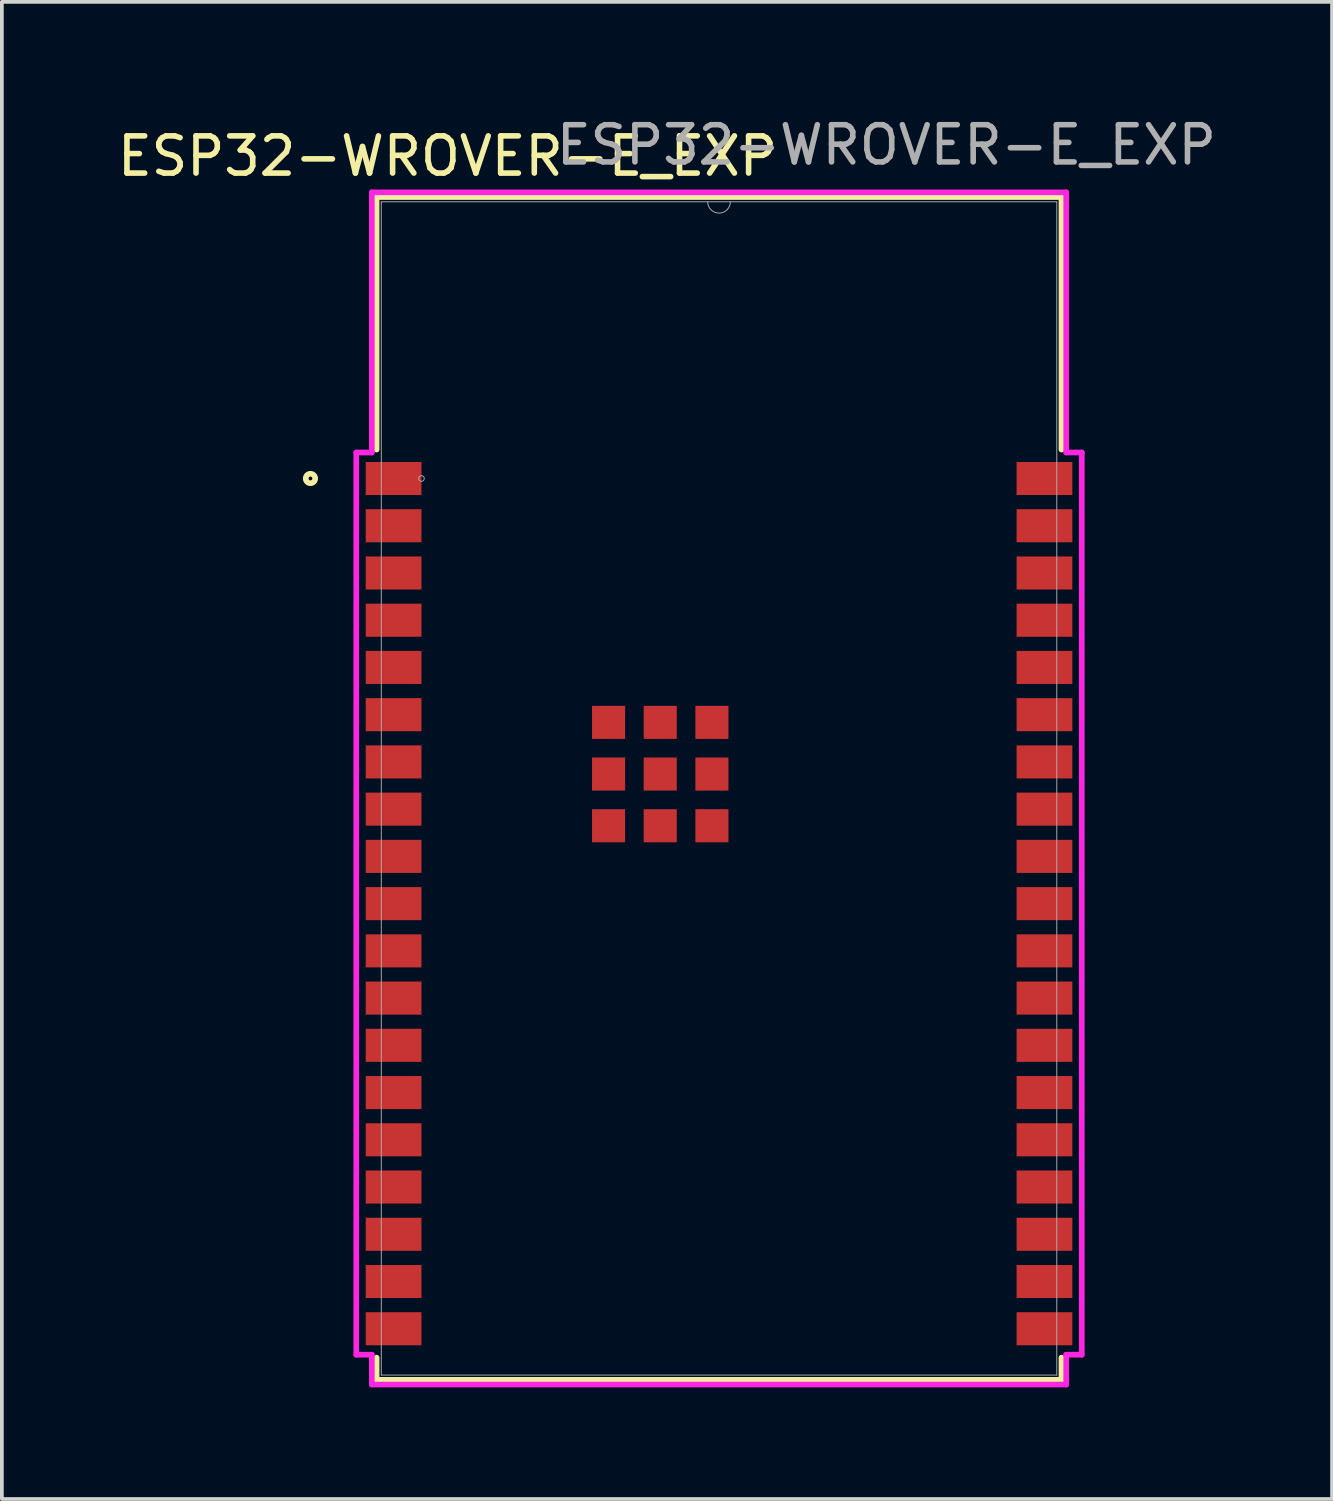
<source format=kicad_pcb>
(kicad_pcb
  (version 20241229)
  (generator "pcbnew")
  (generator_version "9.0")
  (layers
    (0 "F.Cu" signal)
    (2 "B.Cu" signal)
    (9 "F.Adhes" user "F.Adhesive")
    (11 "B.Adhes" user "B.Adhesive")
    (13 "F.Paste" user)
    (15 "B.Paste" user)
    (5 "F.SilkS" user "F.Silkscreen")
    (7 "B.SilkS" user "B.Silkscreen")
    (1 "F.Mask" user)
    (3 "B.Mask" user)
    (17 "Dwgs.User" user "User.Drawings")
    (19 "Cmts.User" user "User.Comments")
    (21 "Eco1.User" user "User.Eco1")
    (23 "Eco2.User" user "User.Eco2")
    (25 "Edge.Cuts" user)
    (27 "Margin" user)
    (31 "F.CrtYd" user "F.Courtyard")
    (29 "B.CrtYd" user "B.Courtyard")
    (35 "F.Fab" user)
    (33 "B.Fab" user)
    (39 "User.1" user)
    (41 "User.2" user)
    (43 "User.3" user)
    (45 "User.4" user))
  (footprint "ESP32-WROVER-E_EXP"
    (layer "F.Cu")
    (at 16.282 18.148)
    (property "Reference" "ESP32-WROVER-E_EXP" (at -7.3 -17 0) (unlocked yes) (layer "F.SilkS") (effects (font (size 1 1) (thickness 0.15))))
    (attr smd)
    (fp_line (start -9.207 -15.9) (end -9.207 -9.111) (stroke (width 0.152) (type solid)) (layer "F.SilkS"))
    (fp_line (start -9.207 15.304) (end -9.207 15.9) (stroke (width 0.152) (type solid)) (layer "F.SilkS"))
    (fp_line (start -9.207 15.9) (end 9.207 15.9) (stroke (width 0.152) (type solid)) (layer "F.SilkS"))
    (fp_line (start 9.207 -15.9) (end -9.207 -15.9) (stroke (width 0.152) (type solid)) (layer "F.SilkS"))
    (fp_line (start 9.207 -9.111) (end 9.207 -15.9) (stroke (width 0.152) (type solid)) (layer "F.SilkS"))
    (fp_line (start 9.207 15.9) (end 9.207 15.304) (stroke (width 0.152) (type solid)) (layer "F.SilkS"))
    (fp_circle (center -10.985 -8.333) (end -10.858 -8.333) (stroke (width 0.152) (type solid)) (fill no) (layer "F.SilkS"))
    (fp_line (start -9.753 -9.032) (end -9.753 15.225) (stroke (width 0.152) (type solid)) (layer "F.CrtYd"))
    (fp_line (start -9.753 15.225) (end -9.335 15.225) (stroke (width 0.152) (type solid)) (layer "F.CrtYd"))
    (fp_line (start -9.335 -16.027) (end -9.335 -9.032) (stroke (width 0.152) (type solid)) (layer "F.CrtYd"))
    (fp_line (start -9.335 -9.032) (end -9.753 -9.032) (stroke (width 0.152) (type solid)) (layer "F.CrtYd"))
    (fp_line (start -9.335 15.225) (end -9.335 16.027) (stroke (width 0.152) (type solid)) (layer "F.CrtYd"))
    (fp_line (start -9.335 16.027) (end 9.335 16.027) (stroke (width 0.152) (type solid)) (layer "F.CrtYd"))
    (fp_line (start 9.335 -16.027) (end -9.335 -16.027) (stroke (width 0.152) (type solid)) (layer "F.CrtYd"))
    (fp_line (start 9.335 -9.032) (end 9.335 -16.027) (stroke (width 0.152) (type solid)) (layer "F.CrtYd"))
    (fp_line (start 9.335 15.225) (end 9.753 15.225) (stroke (width 0.152) (type solid)) (layer "F.CrtYd"))
    (fp_line (start 9.335 16.027) (end 9.335 15.225) (stroke (width 0.152) (type solid)) (layer "F.CrtYd"))
    (fp_line (start 9.753 -9.032) (end 9.335 -9.032) (stroke (width 0.152) (type solid)) (layer "F.CrtYd"))
    (fp_line (start 9.753 15.225) (end 9.753 -9.032) (stroke (width 0.152) (type solid)) (layer "F.CrtYd"))
    (fp_line (start -9.081 -15.773) (end -9.081 15.773) (stroke (width 0.025) (type solid)) (layer "F.Fab"))
    (fp_line (start -9.081 15.773) (end 9.081 15.773) (stroke (width 0.025) (type solid)) (layer "F.Fab"))
    (fp_line (start 9.081 -15.773) (end -9.081 -15.773) (stroke (width 0.025) (type solid)) (layer "F.Fab"))
    (fp_line (start 9.081 15.773) (end 9.081 -15.773) (stroke (width 0.025) (type solid)) (layer "F.Fab"))
    (fp_arc (start 0.3048 -15.7734) (mid 0 -15.4686) (end -0.3048 -15.7734) (stroke (width 0.0254) (type solid)) (layer "F.Fab"))
    (fp_circle (center -8.001 -8.333) (end -7.925 -8.333) (stroke (width 0.025) (type solid)) (fill no) (layer "F.Fab"))
    (fp_text user "${REFERENCE}" (at 4.5 -17.3 0) (unlocked yes) (layer "F.Fab") (effects (font (size 1 1) (thickness 0.15))))
    (pad "1" smd rect (at -8.75 -8.333) (size 1.499 0.889) (layers "F.Cu" "F.Mask" "F.Paste"))
    (pad "2" smd rect (at -8.75 -7.063) (size 1.499 0.889) (layers "F.Cu" "F.Mask" "F.Paste"))
    (pad "3" smd rect (at -8.75 -5.793) (size 1.499 0.889) (layers "F.Cu" "F.Mask" "F.Paste"))
    (pad "4" smd rect (at -8.75 -4.523) (size 1.499 0.889) (layers "F.Cu" "F.Mask" "F.Paste"))
    (pad "5" smd rect (at -8.75 -3.253) (size 1.499 0.889) (layers "F.Cu" "F.Mask" "F.Paste"))
    (pad "6" smd rect (at -8.75 -1.983) (size 1.499 0.889) (layers "F.Cu" "F.Mask" "F.Paste"))
    (pad "7" smd rect (at -8.75 -0.713) (size 1.499 0.889) (layers "F.Cu" "F.Mask" "F.Paste"))
    (pad "8" smd rect (at -8.75 0.557) (size 1.499 0.889) (layers "F.Cu" "F.Mask" "F.Paste"))
    (pad "9" smd rect (at -8.75 1.827) (size 1.499 0.889) (layers "F.Cu" "F.Mask" "F.Paste"))
    (pad "10" smd rect (at -8.75 3.097) (size 1.499 0.889) (layers "F.Cu" "F.Mask" "F.Paste"))
    (pad "11" smd rect (at -8.75 4.367) (size 1.499 0.889) (layers "F.Cu" "F.Mask" "F.Paste"))
    (pad "12" smd rect (at -8.75 5.637) (size 1.499 0.889) (layers "F.Cu" "F.Mask" "F.Paste"))
    (pad "13" smd rect (at -8.75 6.907) (size 1.499 0.889) (layers "F.Cu" "F.Mask" "F.Paste"))
    (pad "14" smd rect (at -8.75 8.177) (size 1.499 0.889) (layers "F.Cu" "F.Mask" "F.Paste"))
    (pad "15" smd rect (at -8.75 9.447) (size 1.499 0.889) (layers "F.Cu" "F.Mask" "F.Paste"))
    (pad "16" smd rect (at -8.75 10.717) (size 1.499 0.889) (layers "F.Cu" "F.Mask" "F.Paste"))
    (pad "17" smd rect (at -8.75 11.987) (size 1.499 0.889) (layers "F.Cu" "F.Mask" "F.Paste"))
    (pad "18" smd rect (at -8.75 13.257) (size 1.499 0.889) (layers "F.Cu" "F.Mask" "F.Paste"))
    (pad "19" smd rect (at -8.75 14.527) (size 1.499 0.889) (layers "F.Cu" "F.Mask" "F.Paste"))
    (pad "20" smd rect (at 8.75 14.527) (size 1.499 0.889) (layers "F.Cu" "F.Mask" "F.Paste"))
    (pad "21" smd rect (at 8.75 13.257) (size 1.499 0.889) (layers "F.Cu" "F.Mask" "F.Paste"))
    (pad "22" smd rect (at 8.75 11.987) (size 1.499 0.889) (layers "F.Cu" "F.Mask" "F.Paste"))
    (pad "23" smd rect (at 8.75 10.717) (size 1.499 0.889) (layers "F.Cu" "F.Mask" "F.Paste"))
    (pad "24" smd rect (at 8.75 9.447) (size 1.499 0.889) (layers "F.Cu" "F.Mask" "F.Paste"))
    (pad "25" smd rect (at 8.75 8.177) (size 1.499 0.889) (layers "F.Cu" "F.Mask" "F.Paste"))
    (pad "26" smd rect (at 8.75 6.907) (size 1.499 0.889) (layers "F.Cu" "F.Mask" "F.Paste"))
    (pad "27" smd rect (at 8.75 5.637) (size 1.499 0.889) (layers "F.Cu" "F.Mask" "F.Paste"))
    (pad "28" smd rect (at 8.75 4.367) (size 1.499 0.889) (layers "F.Cu" "F.Mask" "F.Paste"))
    (pad "29" smd rect (at 8.75 3.097) (size 1.499 0.889) (layers "F.Cu" "F.Mask" "F.Paste"))
    (pad "30" smd rect (at 8.75 1.827) (size 1.499 0.889) (layers "F.Cu" "F.Mask" "F.Paste"))
    (pad "31" smd rect (at 8.75 0.557) (size 1.499 0.889) (layers "F.Cu" "F.Mask" "F.Paste"))
    (pad "32" smd rect (at 8.75 -0.713) (size 1.499 0.889) (layers "F.Cu" "F.Mask" "F.Paste"))
    (pad "33" smd rect (at 8.75 -1.983) (size 1.499 0.889) (layers "F.Cu" "F.Mask" "F.Paste"))
    (pad "34" smd rect (at 8.75 -3.253) (size 1.499 0.889) (layers "F.Cu" "F.Mask" "F.Paste"))
    (pad "35" smd rect (at 8.75 -4.523) (size 1.499 0.889) (layers "F.Cu" "F.Mask" "F.Paste"))
    (pad "36" smd rect (at 8.75 -5.793) (size 1.499 0.889) (layers "F.Cu" "F.Mask" "F.Paste"))
    (pad "37" smd rect (at 8.75 -7.063) (size 1.499 0.889) (layers "F.Cu" "F.Mask" "F.Paste"))
    (pad "38" smd rect (at 8.75 -8.333) (size 1.499 0.889) (layers "F.Cu" "F.Mask" "F.Paste"))
    (pad "39" smd rect (at -1.581 -0.387) (size 0.889 0.889) (layers "F.Cu" "F.Mask"))
    (pad "40" smd rect (at -2.97 -0.387) (size 0.889 0.889) (layers "F.Cu" "F.Mask"))
    (pad "41" smd rect (at -2.97 1.003) (size 0.889 0.889) (layers "F.Cu" "F.Mask"))
    (pad "42" smd rect (at -1.581 1.003) (size 0.889 0.889) (layers "F.Cu" "F.Mask"))
    (pad "43" smd rect (at -0.191 1.003) (size 0.889 0.889) (layers "F.Cu" "F.Mask"))
    (pad "44" smd rect (at -0.191 -0.387) (size 0.889 0.889) (layers "F.Cu" "F.Mask"))
    (pad "45" smd rect (at -0.191 -1.776) (size 0.889 0.889) (layers "F.Cu" "F.Mask"))
    (pad "46" smd rect (at -1.581 -1.776) (size 0.889 0.889) (layers "F.Cu" "F.Mask"))
    (pad "47" smd rect (at -2.97 -1.776) (size 0.889 0.889) (layers "F.Cu" "F.Mask")))
  (gr_rect
    (start -3 -3)
    (end 32.764 37.252)
    (stroke (width 0.1) (type default))
    (fill no)
    (layer "Edge.Cuts")))
</source>
